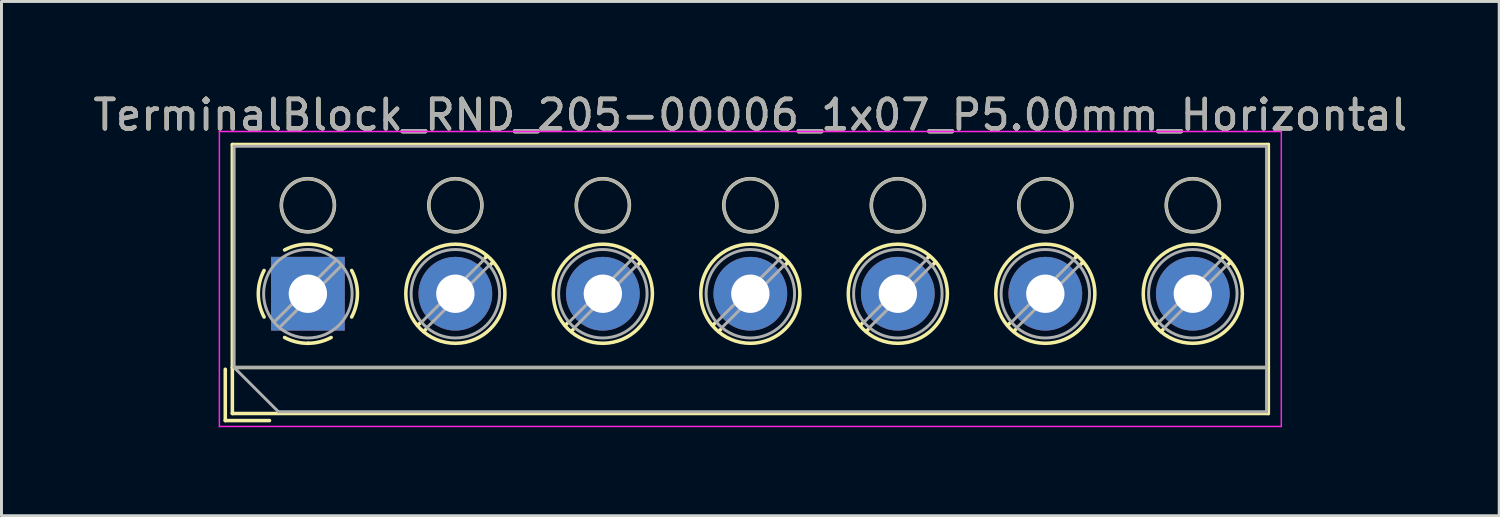
<source format=kicad_pcb>
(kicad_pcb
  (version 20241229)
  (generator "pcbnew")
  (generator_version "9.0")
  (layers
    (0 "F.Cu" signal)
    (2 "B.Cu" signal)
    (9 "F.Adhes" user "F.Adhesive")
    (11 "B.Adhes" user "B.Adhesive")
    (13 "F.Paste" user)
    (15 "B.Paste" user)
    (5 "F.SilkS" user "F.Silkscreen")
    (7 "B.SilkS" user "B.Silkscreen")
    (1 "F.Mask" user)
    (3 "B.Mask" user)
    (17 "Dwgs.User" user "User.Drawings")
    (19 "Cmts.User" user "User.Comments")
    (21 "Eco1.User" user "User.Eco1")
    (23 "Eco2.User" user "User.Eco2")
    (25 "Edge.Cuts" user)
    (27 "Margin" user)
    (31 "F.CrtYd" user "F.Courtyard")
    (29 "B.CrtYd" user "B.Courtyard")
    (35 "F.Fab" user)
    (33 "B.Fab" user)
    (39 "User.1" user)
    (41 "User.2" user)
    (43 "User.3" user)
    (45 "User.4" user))
  (footprint "TerminalBlock_RND_205-00006_1x07_P5.00mm_Horizontal"
    (layer "F.Cu")
    (at 7.387 6.908)
    (property "Reference" "TerminalBlock_RND_205-00006_1x07_P5.00mm_Horizontal" (at 15 -6.06 0) (layer "F.SilkS") (effects (font (size 1 1) (thickness 0.15))))
    (attr through_hole)
    (fp_line (start -2.8 2.56) (end -2.8 4.3) (stroke (width 0.12) (type solid)) (layer "F.SilkS"))
    (fp_line (start -2.8 4.3) (end -1.3 4.3) (stroke (width 0.12) (type solid)) (layer "F.SilkS"))
    (fp_line (start -2.56 -5.06) (end -2.56 4.06) (stroke (width 0.12) (type solid)) (layer "F.SilkS"))
    (fp_line (start -2.56 -5.06) (end 32.56 -5.06) (stroke (width 0.12) (type solid)) (layer "F.SilkS"))
    (fp_line (start -2.56 2.5) (end 32.56 2.5) (stroke (width 0.12) (type solid)) (layer "F.SilkS"))
    (fp_line (start -2.56 4.06) (end 32.56 4.06) (stroke (width 0.12) (type solid)) (layer "F.SilkS"))
    (fp_line (start 3.82 0.976) (end 3.726 1.069) (stroke (width 0.12) (type solid)) (layer "F.SilkS"))
    (fp_line (start 3.99 1.216) (end 3.931 1.274) (stroke (width 0.12) (type solid)) (layer "F.SilkS"))
    (fp_line (start 6.07 -1.275) (end 6.011 -1.216) (stroke (width 0.12) (type solid)) (layer "F.SilkS"))
    (fp_line (start 6.275 -1.069) (end 6.181 -0.976) (stroke (width 0.12) (type solid)) (layer "F.SilkS"))
    (fp_line (start 8.82 0.976) (end 8.726 1.069) (stroke (width 0.12) (type solid)) (layer "F.SilkS"))
    (fp_line (start 8.99 1.216) (end 8.931 1.274) (stroke (width 0.12) (type solid)) (layer "F.SilkS"))
    (fp_line (start 11.07 -1.275) (end 11.011 -1.216) (stroke (width 0.12) (type solid)) (layer "F.SilkS"))
    (fp_line (start 11.275 -1.069) (end 11.181 -0.976) (stroke (width 0.12) (type solid)) (layer "F.SilkS"))
    (fp_line (start 13.82 0.976) (end 13.726 1.069) (stroke (width 0.12) (type solid)) (layer "F.SilkS"))
    (fp_line (start 13.99 1.216) (end 13.931 1.274) (stroke (width 0.12) (type solid)) (layer "F.SilkS"))
    (fp_line (start 16.07 -1.275) (end 16.011 -1.216) (stroke (width 0.12) (type solid)) (layer "F.SilkS"))
    (fp_line (start 16.275 -1.069) (end 16.181 -0.976) (stroke (width 0.12) (type solid)) (layer "F.SilkS"))
    (fp_line (start 18.82 0.976) (end 18.726 1.069) (stroke (width 0.12) (type solid)) (layer "F.SilkS"))
    (fp_line (start 18.99 1.216) (end 18.931 1.274) (stroke (width 0.12) (type solid)) (layer "F.SilkS"))
    (fp_line (start 21.07 -1.275) (end 21.011 -1.216) (stroke (width 0.12) (type solid)) (layer "F.SilkS"))
    (fp_line (start 21.275 -1.069) (end 21.181 -0.976) (stroke (width 0.12) (type solid)) (layer "F.SilkS"))
    (fp_line (start 23.82 0.976) (end 23.726 1.069) (stroke (width 0.12) (type solid)) (layer "F.SilkS"))
    (fp_line (start 23.99 1.216) (end 23.931 1.274) (stroke (width 0.12) (type solid)) (layer "F.SilkS"))
    (fp_line (start 26.07 -1.275) (end 26.011 -1.216) (stroke (width 0.12) (type solid)) (layer "F.SilkS"))
    (fp_line (start 26.275 -1.069) (end 26.181 -0.976) (stroke (width 0.12) (type solid)) (layer "F.SilkS"))
    (fp_line (start 28.82 0.976) (end 28.726 1.069) (stroke (width 0.12) (type solid)) (layer "F.SilkS"))
    (fp_line (start 28.99 1.216) (end 28.931 1.274) (stroke (width 0.12) (type solid)) (layer "F.SilkS"))
    (fp_line (start 31.07 -1.275) (end 31.011 -1.216) (stroke (width 0.12) (type solid)) (layer "F.SilkS"))
    (fp_line (start 31.275 -1.069) (end 31.181 -0.976) (stroke (width 0.12) (type solid)) (layer "F.SilkS"))
    (fp_line (start 32.56 -5.06) (end 32.56 4.06) (stroke (width 0.12) (type solid)) (layer "F.SilkS"))
    (fp_arc (start -1.483953 0.789089) (mid -1.680708 0.00005) (end -1.484 -0.789) (stroke (width 0.12) (type solid)) (layer "F.SilkS"))
    (fp_arc (start -0.789089 -1.483953) (mid -0.00005 -1.680708) (end 0.789 -1.484) (stroke (width 0.12) (type solid)) (layer "F.SilkS"))
    (fp_arc (start 0.029383 1.68045) (mid -0.392304 1.634281) (end -0.789 1.484) (stroke (width 0.12) (type solid)) (layer "F.SilkS"))
    (fp_arc (start 0.788712 1.483352) (mid 0.406429 1.630097) (end 0 1.68) (stroke (width 0.12) (type solid)) (layer "F.SilkS"))
    (fp_arc (start 1.483953 -0.789089) (mid 1.680708 -0.00005) (end 1.484 0.789) (stroke (width 0.12) (type solid)) (layer "F.SilkS"))
    (fp_circle (center 0 -3) (end 0.9 -3) (stroke (width 0.12) (type solid)) (fill no) (layer "F.SilkS"))
    (fp_circle (center 5 -3) (end 5.9 -3) (stroke (width 0.12) (type solid)) (fill no) (layer "F.SilkS"))
    (fp_circle (center 5 0) (end 6.68 0) (stroke (width 0.12) (type solid)) (fill no) (layer "F.SilkS"))
    (fp_circle (center 10 -3) (end 10.9 -3) (stroke (width 0.12) (type solid)) (fill no) (layer "F.SilkS"))
    (fp_circle (center 10 0) (end 11.68 0) (stroke (width 0.12) (type solid)) (fill no) (layer "F.SilkS"))
    (fp_circle (center 15 -3) (end 15.9 -3) (stroke (width 0.12) (type solid)) (fill no) (layer "F.SilkS"))
    (fp_circle (center 15 0) (end 16.68 0) (stroke (width 0.12) (type solid)) (fill no) (layer "F.SilkS"))
    (fp_circle (center 20 -3) (end 20.9 -3) (stroke (width 0.12) (type solid)) (fill no) (layer "F.SilkS"))
    (fp_circle (center 20 0) (end 21.68 0) (stroke (width 0.12) (type solid)) (fill no) (layer "F.SilkS"))
    (fp_circle (center 25 -3) (end 25.9 -3) (stroke (width 0.12) (type solid)) (fill no) (layer "F.SilkS"))
    (fp_circle (center 25 0) (end 26.68 0) (stroke (width 0.12) (type solid)) (fill no) (layer "F.SilkS"))
    (fp_circle (center 30 -3) (end 30.9 -3) (stroke (width 0.12) (type solid)) (fill no) (layer "F.SilkS"))
    (fp_circle (center 30 0) (end 31.68 0) (stroke (width 0.12) (type solid)) (fill no) (layer "F.SilkS"))
    (fp_line (start -3 -5.5) (end -3 4.5) (stroke (width 0.05) (type solid)) (layer "F.CrtYd"))
    (fp_line (start -3 4.5) (end 33 4.5) (stroke (width 0.05) (type solid)) (layer "F.CrtYd"))
    (fp_line (start 33 -5.5) (end -3 -5.5) (stroke (width 0.05) (type solid)) (layer "F.CrtYd"))
    (fp_line (start 33 4.5) (end 33 -5.5) (stroke (width 0.05) (type solid)) (layer "F.CrtYd"))
    (fp_line (start -2.5 -5) (end 32.5 -5) (stroke (width 0.1) (type solid)) (layer "F.Fab"))
    (fp_line (start -2.5 2.5) (end -2.5 -5) (stroke (width 0.1) (type solid)) (layer "F.Fab"))
    (fp_line (start -2.5 2.5) (end 32.5 2.5) (stroke (width 0.1) (type solid)) (layer "F.Fab"))
    (fp_line (start -1 4) (end -2.5 2.5) (stroke (width 0.1) (type solid)) (layer "F.Fab"))
    (fp_line (start 0.955 -1.138) (end -1.138 0.955) (stroke (width 0.1) (type solid)) (layer "F.Fab"))
    (fp_line (start 1.138 -0.955) (end -0.955 1.138) (stroke (width 0.1) (type solid)) (layer "F.Fab"))
    (fp_line (start 5.955 -1.138) (end 3.863 0.955) (stroke (width 0.1) (type solid)) (layer "F.Fab"))
    (fp_line (start 6.138 -0.955) (end 4.046 1.138) (stroke (width 0.1) (type solid)) (layer "F.Fab"))
    (fp_line (start 10.955 -1.138) (end 8.863 0.955) (stroke (width 0.1) (type solid)) (layer "F.Fab"))
    (fp_line (start 11.138 -0.955) (end 9.046 1.138) (stroke (width 0.1) (type solid)) (layer "F.Fab"))
    (fp_line (start 15.955 -1.138) (end 13.863 0.955) (stroke (width 0.1) (type solid)) (layer "F.Fab"))
    (fp_line (start 16.138 -0.955) (end 14.046 1.138) (stroke (width 0.1) (type solid)) (layer "F.Fab"))
    (fp_line (start 20.955 -1.138) (end 18.863 0.955) (stroke (width 0.1) (type solid)) (layer "F.Fab"))
    (fp_line (start 21.138 -0.955) (end 19.046 1.138) (stroke (width 0.1) (type solid)) (layer "F.Fab"))
    (fp_line (start 25.955 -1.138) (end 23.863 0.955) (stroke (width 0.1) (type solid)) (layer "F.Fab"))
    (fp_line (start 26.138 -0.955) (end 24.046 1.138) (stroke (width 0.1) (type solid)) (layer "F.Fab"))
    (fp_line (start 30.955 -1.138) (end 28.863 0.955) (stroke (width 0.1) (type solid)) (layer "F.Fab"))
    (fp_line (start 31.138 -0.955) (end 29.046 1.138) (stroke (width 0.1) (type solid)) (layer "F.Fab"))
    (fp_line (start 32.5 -5) (end 32.5 4) (stroke (width 0.1) (type solid)) (layer "F.Fab"))
    (fp_line (start 32.5 4) (end -1 4) (stroke (width 0.1) (type solid)) (layer "F.Fab"))
    (fp_circle (center 0 -3) (end 0.9 -3) (stroke (width 0.1) (type solid)) (fill no) (layer "F.Fab"))
    (fp_circle (center 0 0) (end 1.5 0) (stroke (width 0.1) (type solid)) (fill no) (layer "F.Fab"))
    (fp_circle (center 5 -3) (end 5.9 -3) (stroke (width 0.1) (type solid)) (fill no) (layer "F.Fab"))
    (fp_circle (center 5 0) (end 6.5 0) (stroke (width 0.1) (type solid)) (fill no) (layer "F.Fab"))
    (fp_circle (center 10 -3) (end 10.9 -3) (stroke (width 0.1) (type solid)) (fill no) (layer "F.Fab"))
    (fp_circle (center 10 0) (end 11.5 0) (stroke (width 0.1) (type solid)) (fill no) (layer "F.Fab"))
    (fp_circle (center 15 -3) (end 15.9 -3) (stroke (width 0.1) (type solid)) (fill no) (layer "F.Fab"))
    (fp_circle (center 15 0) (end 16.5 0) (stroke (width 0.1) (type solid)) (fill no) (layer "F.Fab"))
    (fp_circle (center 20 -3) (end 20.9 -3) (stroke (width 0.1) (type solid)) (fill no) (layer "F.Fab"))
    (fp_circle (center 20 0) (end 21.5 0) (stroke (width 0.1) (type solid)) (fill no) (layer "F.Fab"))
    (fp_circle (center 25 -3) (end 25.9 -3) (stroke (width 0.1) (type solid)) (fill no) (layer "F.Fab"))
    (fp_circle (center 25 0) (end 26.5 0) (stroke (width 0.1) (type solid)) (fill no) (layer "F.Fab"))
    (fp_circle (center 30 -3) (end 30.9 -3) (stroke (width 0.1) (type solid)) (fill no) (layer "F.Fab"))
    (fp_circle (center 30 0) (end 31.5 0) (stroke (width 0.1) (type solid)) (fill no) (layer "F.Fab"))
    (fp_text user "${REFERENCE}" (at 15 -6.06 0) (layer "F.Fab") (effects (font (size 1 1) (thickness 0.15))))
    (pad "1" thru_hole rect (at 0 0) (size 2.5 2.5) (drill 1.3) (layers "*.Cu" "*.Mask"))
    (pad "2" thru_hole circle (at 5 0) (size 2.5 2.5) (drill 1.3) (layers "*.Cu" "*.Mask"))
    (pad "3" thru_hole circle (at 10 0) (size 2.5 2.5) (drill 1.3) (layers "*.Cu" "*.Mask"))
    (pad "4" thru_hole circle (at 15 0) (size 2.5 2.5) (drill 1.3) (layers "*.Cu" "*.Mask"))
    (pad "5" thru_hole circle (at 20 0) (size 2.5 2.5) (drill 1.3) (layers "*.Cu" "*.Mask"))
    (pad "6" thru_hole circle (at 25 0) (size 2.5 2.5) (drill 1.3) (layers "*.Cu" "*.Mask"))
    (pad "7" thru_hole circle (at 30 0) (size 2.5 2.5) (drill 1.3) (layers "*.Cu" "*.Mask")))
  (gr_rect
    (start -3 -3)
    (end 47.774 14.433)
    (stroke (width 0.1) (type default))
    (fill no)
    (layer "Edge.Cuts")))
</source>
